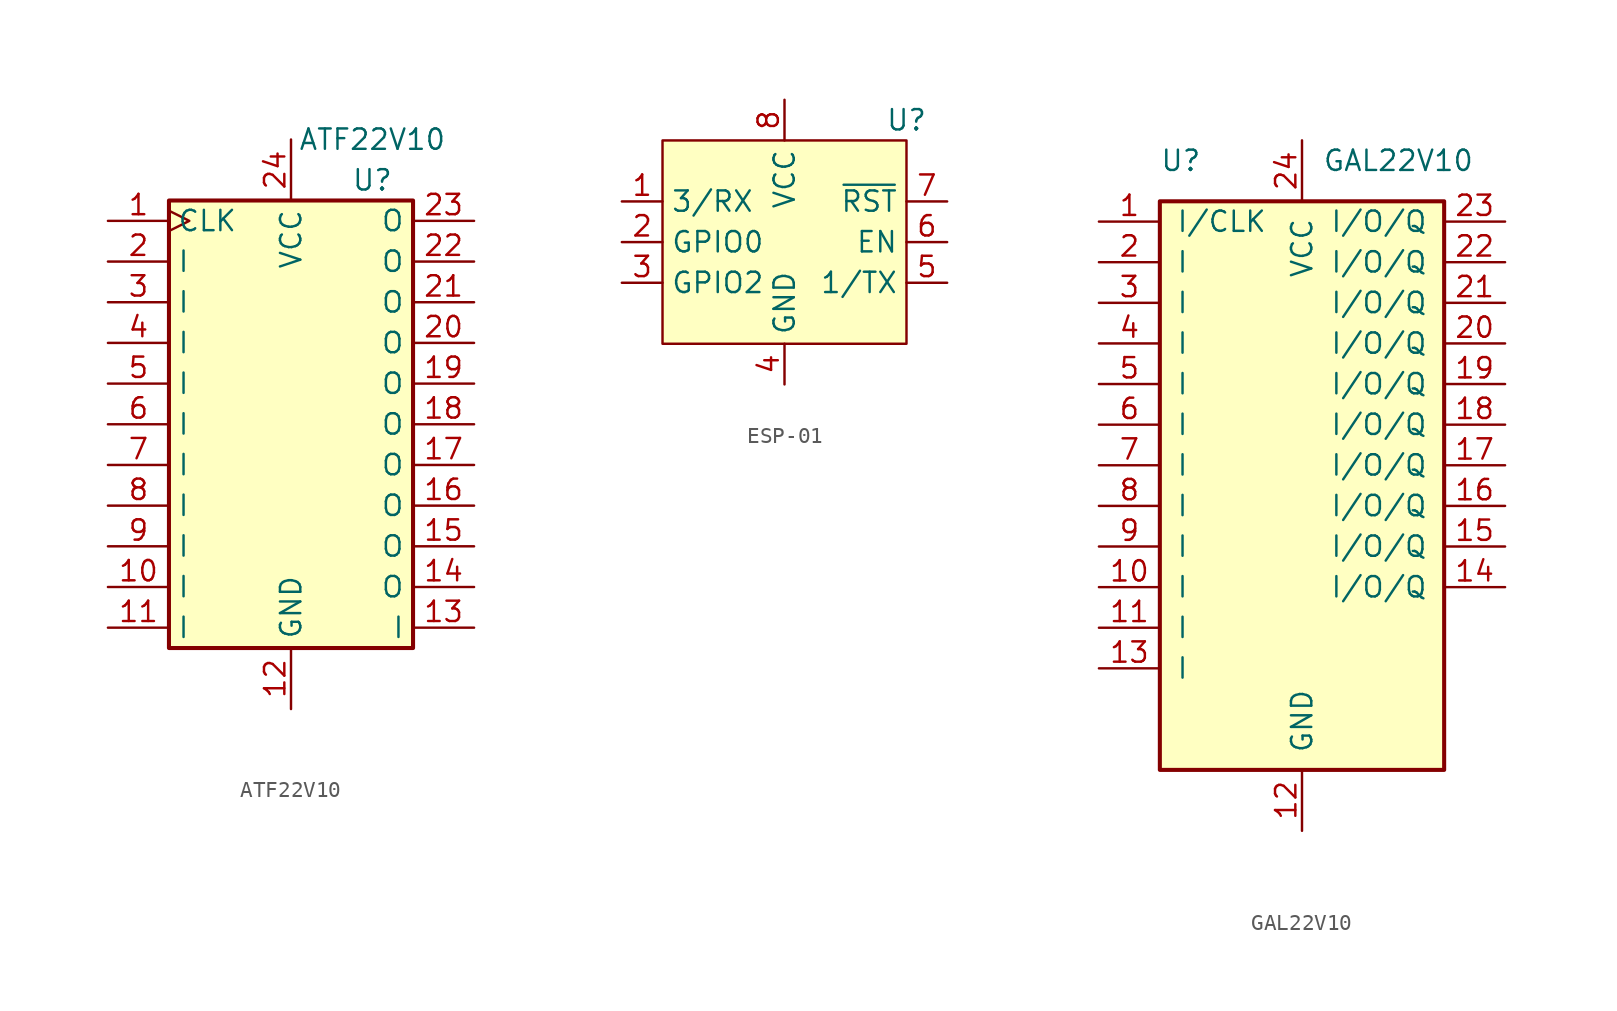
<source format=kicad_sym>
(kicad_symbol_lib
  (version 20220914)
  (generator kicad_symbol_editor)
  (symbol "ATF22V10"
    (property "Reference" "U"
      (at 5.08 12.7 0)
      (effects (font (size 1.27 1.27))))
    (property "Value" "ATF22V10"
      (at 5.08 15.24 0)
      (effects (font (size 1.27 1.27))))
    (symbol "ATF22V10_0_1"
      (rectangle (start -7.62 11.43) (end 7.62 -16.51) (stroke (width 0.254) (type default)) (fill (type background))))
    (symbol "ATF22V10_1_0"
      (pin power_in line (at 0 -20.32 90) (length 3.81) (name "GND" (effects (font (size 1.27 1.27)))) (number "12" (effects (font (size 1.27 1.27)))))
      (pin power_in line (at 0 15.24 270) (length 3.81) (name "VCC" (effects (font (size 1.27 1.27)))) (number "24" (effects (font (size 1.27 1.27))))))
    (symbol "ATF22V10_1_1"
      (pin input clock (at -11.43 10.16 0) (length 3.81) (name "CLK" (effects (font (size 1.27 1.27)))) (number "1" (effects (font (size 1.27 1.27)))))
      (pin input line (at -11.43 -12.7 0) (length 3.81) (name "I" (effects (font (size 1.27 1.27)))) (number "10" (effects (font (size 1.27 1.27)))))
      (pin input line (at -11.43 -15.24 0) (length 3.81) (name "I" (effects (font (size 1.27 1.27)))) (number "11" (effects (font (size 1.27 1.27)))))
      (pin bidirectional line (at 11.43 -15.24 180) (length 3.81) (name "I" (effects (font (size 1.27 1.27)))) (number "13" (effects (font (size 1.27 1.27)))))
      (pin bidirectional line (at 11.43 -12.7 180) (length 3.81) (name "O" (effects (font (size 1.27 1.27)))) (number "14" (effects (font (size 1.27 1.27)))))
      (pin bidirectional line (at 11.43 -10.16 180) (length 3.81) (name "O" (effects (font (size 1.27 1.27)))) (number "15" (effects (font (size 1.27 1.27)))))
      (pin bidirectional line (at 11.43 -7.62 180) (length 3.81) (name "O" (effects (font (size 1.27 1.27)))) (number "16" (effects (font (size 1.27 1.27)))))
      (pin bidirectional line (at 11.43 -5.08 180) (length 3.81) (name "O" (effects (font (size 1.27 1.27)))) (number "17" (effects (font (size 1.27 1.27)))))
      (pin bidirectional line (at 11.43 -2.54 180) (length 3.81) (name "O" (effects (font (size 1.27 1.27)))) (number "18" (effects (font (size 1.27 1.27)))))
      (pin bidirectional line (at 11.43 0 180) (length 3.81) (name "O" (effects (font (size 1.27 1.27)))) (number "19" (effects (font (size 1.27 1.27)))))
      (pin input line (at -11.43 7.62 0) (length 3.81) (name "I" (effects (font (size 1.27 1.27)))) (number "2" (effects (font (size 1.27 1.27)))))
      (pin bidirectional line (at 11.43 2.54 180) (length 3.81) (name "O" (effects (font (size 1.27 1.27)))) (number "20" (effects (font (size 1.27 1.27)))))
      (pin bidirectional line (at 11.43 5.08 180) (length 3.81) (name "O" (effects (font (size 1.27 1.27)))) (number "21" (effects (font (size 1.27 1.27)))))
      (pin bidirectional line (at 11.43 7.62 180) (length 3.81) (name "O" (effects (font (size 1.27 1.27)))) (number "22" (effects (font (size 1.27 1.27)))))
      (pin bidirectional line (at 11.43 10.16 180) (length 3.81) (name "O" (effects (font (size 1.27 1.27)))) (number "23" (effects (font (size 1.27 1.27)))))
      (pin input line (at -11.43 5.08 0) (length 3.81) (name "I" (effects (font (size 1.27 1.27)))) (number "3" (effects (font (size 1.27 1.27)))))
      (pin input line (at -11.43 2.54 0) (length 3.81) (name "I" (effects (font (size 1.27 1.27)))) (number "4" (effects (font (size 1.27 1.27)))))
      (pin input line (at -11.43 0 0) (length 3.81) (name "I" (effects (font (size 1.27 1.27)))) (number "5" (effects (font (size 1.27 1.27)))))
      (pin input line (at -11.43 -2.54 0) (length 3.81) (name "I" (effects (font (size 1.27 1.27)))) (number "6" (effects (font (size 1.27 1.27)))))
      (pin input line (at -11.43 -5.08 0) (length 3.81) (name "I" (effects (font (size 1.27 1.27)))) (number "7" (effects (font (size 1.27 1.27)))))
      (pin input line (at -11.43 -7.62 0) (length 3.81) (name "I" (effects (font (size 1.27 1.27)))) (number "8" (effects (font (size 1.27 1.27)))))
      (pin input line (at -11.43 -10.16 0) (length 3.81) (name "I" (effects (font (size 1.27 1.27)))) (number "9" (effects (font (size 1.27 1.27)))))))
  (symbol "ESP-01"
    (property "Reference" "U"
      (at 7.62 7.62 0)
      (effects (font (size 1.27 1.27))))
    (property "Value" ""
      (at -5.08 6.35 0)
      (effects (font (size 1.27 1.27))))
    (symbol "ESP-01_1_1"
      (rectangle (start -7.62 6.35) (end 7.62 -6.35) (stroke (width 0) (type default)) (fill (type background)))
      (pin input line (at -10.16 2.54 0) (length 2.54) (name "3/RX" (effects (font (size 1.27 1.27)))) (number "1" (effects (font (size 1.27 1.27)))))
      (pin bidirectional line (at -10.16 0 0) (length 2.54) (name "GPIO0" (effects (font (size 1.27 1.27)))) (number "2" (effects (font (size 1.27 1.27)))))
      (pin bidirectional line (at -10.16 -2.54 0) (length 2.54) (name "GPIO2" (effects (font (size 1.27 1.27)))) (number "3" (effects (font (size 1.27 1.27)))))
      (pin power_in line (at 0 -8.89 90) (length 2.54) (name "GND" (effects (font (size 1.27 1.27)))) (number "4" (effects (font (size 1.27 1.27)))))
      (pin output line (at 10.16 -2.54 180) (length 2.54) (name "1/TX" (effects (font (size 1.27 1.27)))) (number "5" (effects (font (size 1.27 1.27)))))
      (pin input line (at 10.16 0 180) (length 2.54) (name "EN" (effects (font (size 1.27 1.27)))) (number "6" (effects (font (size 1.27 1.27)))))
      (pin input line (at 10.16 2.54 180) (length 2.54) (name "~{RST}" (effects (font (size 1.27 1.27)))) (number "7" (effects (font (size 1.27 1.27)))))
      (pin power_in line (at 0 8.89 270) (length 2.54) (name "VCC" (effects (font (size 1.27 1.27)))) (number "8" (effects (font (size 1.27 1.27)))))))
  (symbol "GAL22V10"
    (pin_names
      (offset 1.016))
    (property "Reference" "U"
      (at -8.89 16.51 0)
      (effects (font (size 1.27 1.27)) (justify left)))
    (property "Value" "GAL22V10"
      (at 1.27 16.51 0)
      (effects (font (size 1.27 1.27)) (justify left)))
    (symbol "GAL22V10_0_1"
      (rectangle (start -8.89 13.97) (end 8.89 -21.59) (stroke (width 0.254) (type default)) (fill (type background))))
    (symbol "GAL22V10_1_0"
      (pin power_in line (at 0 -25.4 90) (length 3.81) (name "GND" (effects (font (size 1.27 1.27)))) (number "12" (effects (font (size 1.27 1.27)))))
      (pin power_in line (at 0 17.78 270) (length 3.81) (name "VCC" (effects (font (size 1.27 1.27)))) (number "24" (effects (font (size 1.27 1.27))))))
    (symbol "GAL22V10_1_1"
      (pin input line (at -12.7 12.7 0) (length 3.81) (name "I/CLK" (effects (font (size 1.27 1.27)))) (number "1" (effects (font (size 1.27 1.27)))))
      (pin input line (at -12.7 -10.16 0) (length 3.81) (name "I" (effects (font (size 1.27 1.27)))) (number "10" (effects (font (size 1.27 1.27)))))
      (pin input line (at -12.7 -12.7 0) (length 3.81) (name "I" (effects (font (size 1.27 1.27)))) (number "11" (effects (font (size 1.27 1.27)))))
      (pin input line (at -12.7 -15.24 0) (length 3.81) (name "I" (effects (font (size 1.27 1.27)))) (number "13" (effects (font (size 1.27 1.27)))))
      (pin tri_state line (at 12.7 -10.16 180) (length 3.81) (name "I/O/Q" (effects (font (size 1.27 1.27)))) (number "14" (effects (font (size 1.27 1.27)))))
      (pin tri_state line (at 12.7 -7.62 180) (length 3.81) (name "I/O/Q" (effects (font (size 1.27 1.27)))) (number "15" (effects (font (size 1.27 1.27)))))
      (pin tri_state line (at 12.7 -5.08 180) (length 3.81) (name "I/O/Q" (effects (font (size 1.27 1.27)))) (number "16" (effects (font (size 1.27 1.27)))))
      (pin tri_state line (at 12.7 -2.54 180) (length 3.81) (name "I/O/Q" (effects (font (size 1.27 1.27)))) (number "17" (effects (font (size 1.27 1.27)))))
      (pin tri_state line (at 12.7 0 180) (length 3.81) (name "I/O/Q" (effects (font (size 1.27 1.27)))) (number "18" (effects (font (size 1.27 1.27)))))
      (pin tri_state line (at 12.7 2.54 180) (length 3.81) (name "I/O/Q" (effects (font (size 1.27 1.27)))) (number "19" (effects (font (size 1.27 1.27)))))
      (pin input line (at -12.7 10.16 0) (length 3.81) (name "I" (effects (font (size 1.27 1.27)))) (number "2" (effects (font (size 1.27 1.27)))))
      (pin tri_state line (at 12.7 5.08 180) (length 3.81) (name "I/O/Q" (effects (font (size 1.27 1.27)))) (number "20" (effects (font (size 1.27 1.27)))))
      (pin tri_state line (at 12.7 7.62 180) (length 3.81) (name "I/O/Q" (effects (font (size 1.27 1.27)))) (number "21" (effects (font (size 1.27 1.27)))))
      (pin tri_state line (at 12.7 10.16 180) (length 3.81) (name "I/O/Q" (effects (font (size 1.27 1.27)))) (number "22" (effects (font (size 1.27 1.27)))))
      (pin tri_state line (at 12.7 12.7 180) (length 3.81) (name "I/O/Q" (effects (font (size 1.27 1.27)))) (number "23" (effects (font (size 1.27 1.27)))))
      (pin input line (at -12.7 7.62 0) (length 3.81) (name "I" (effects (font (size 1.27 1.27)))) (number "3" (effects (font (size 1.27 1.27)))))
      (pin input line (at -12.7 5.08 0) (length 3.81) (name "I" (effects (font (size 1.27 1.27)))) (number "4" (effects (font (size 1.27 1.27)))))
      (pin input line (at -12.7 2.54 0) (length 3.81) (name "I" (effects (font (size 1.27 1.27)))) (number "5" (effects (font (size 1.27 1.27)))))
      (pin input line (at -12.7 0 0) (length 3.81) (name "I" (effects (font (size 1.27 1.27)))) (number "6" (effects (font (size 1.27 1.27)))))
      (pin input line (at -12.7 -2.54 0) (length 3.81) (name "I" (effects (font (size 1.27 1.27)))) (number "7" (effects (font (size 1.27 1.27)))))
      (pin input line (at -12.7 -5.08 0) (length 3.81) (name "I" (effects (font (size 1.27 1.27)))) (number "8" (effects (font (size 1.27 1.27)))))
      (pin input line (at -12.7 -7.62 0) (length 3.81) (name "I" (effects (font (size 1.27 1.27)))) (number "9" (effects (font (size 1.27 1.27))))))))
</source>
